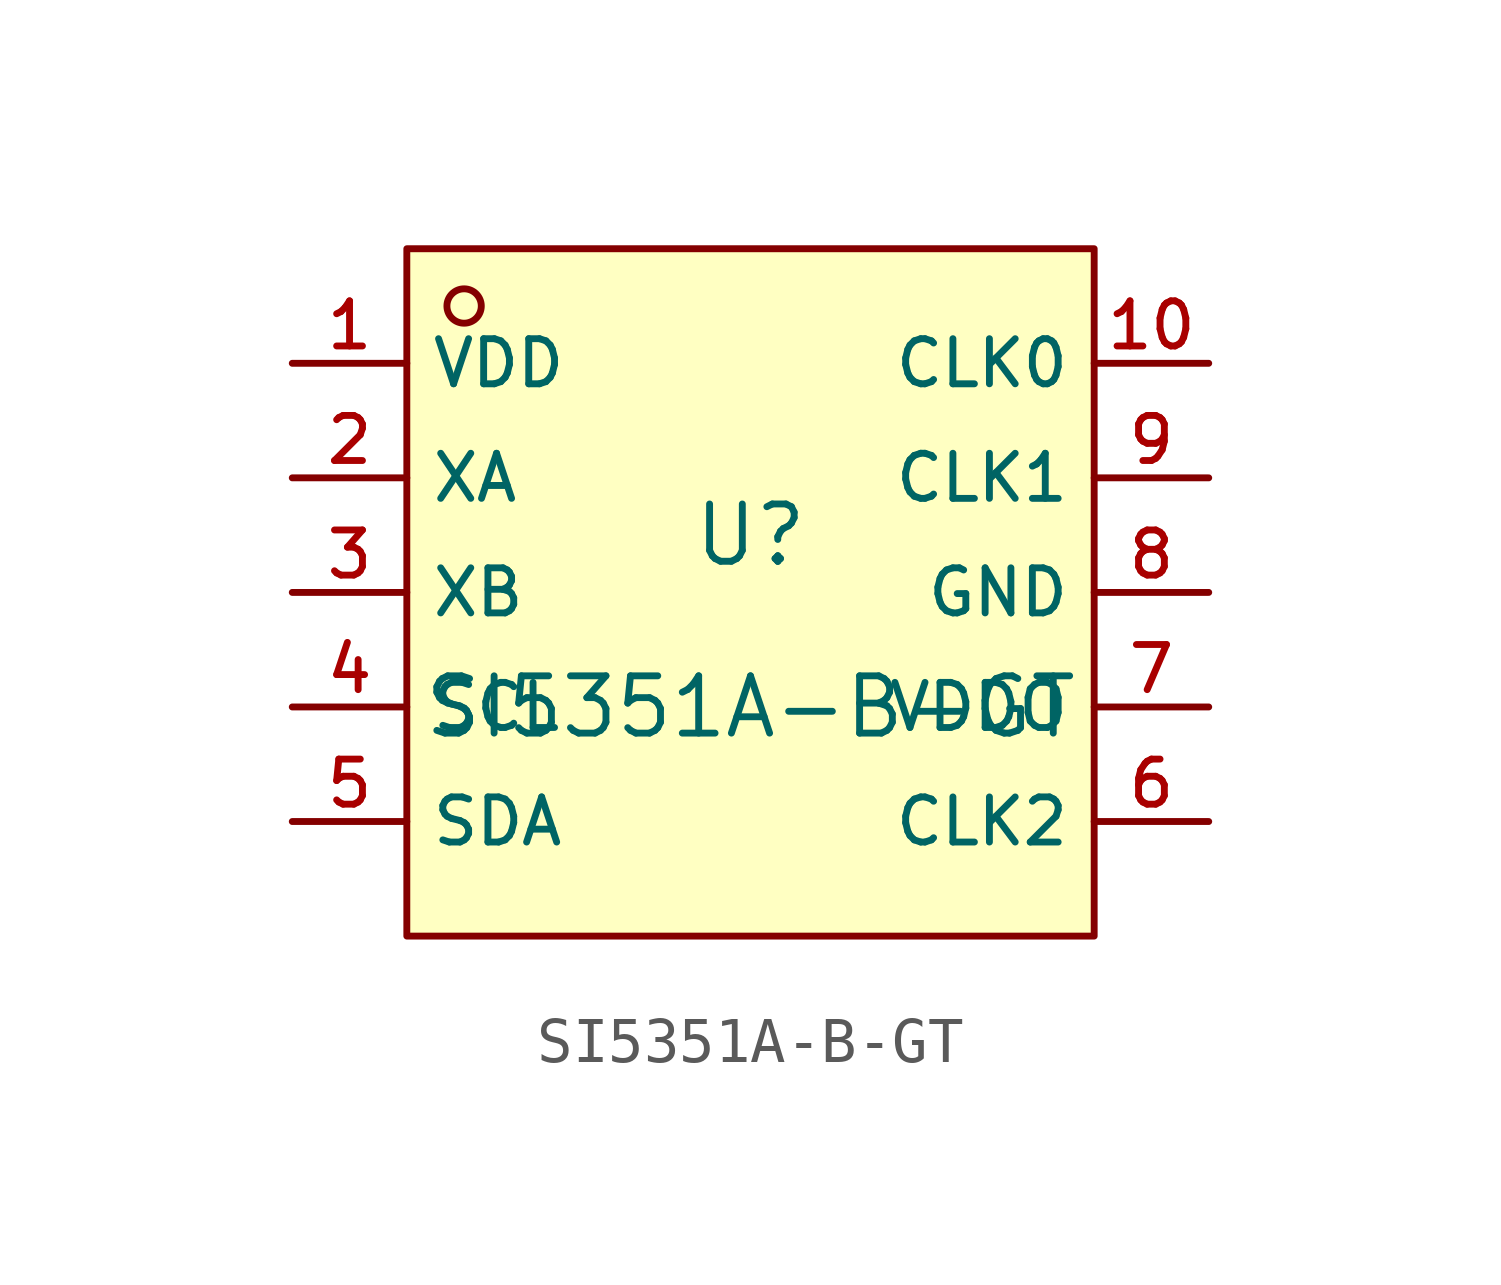
<source format=kicad_sym>
(kicad_symbol_lib
  (version 20210201)
  (generator TousstNicolas/JLC2KiCad_lib)
  (symbol "SI5351A-B-GT"
    (property "Reference" "U"
      (at 0 1.27 0)
      (effects (font (size 1.27 1.27))))
    (property "Value" "SI5351A-B-GT"
      (at 0 -2.54 0)
      (effects (font (size 1.27 1.27))))
    (symbol "SI5351A-B-GT_0_1"
      (rectangle (start -7.62 7.62) (end 7.62 -7.62) (stroke (width 0) (type default) (color 0 0 0 0)) (fill (type background)))
      (circle (center -6.35 6.35) (radius 0.381) (stroke (width 0) (type default) (color 0 0 0 0)) (fill (type background)))
      (pin unspecified line (at -10.16 5.08 0) (length 2.54) (name "VDD" (effects (font (size 1 1)))) (number "1" (effects (font (size 1 1)))))
      (pin unspecified line (at -10.16 2.54 0) (length 2.54) (name "XA" (effects (font (size 1 1)))) (number "2" (effects (font (size 1 1)))))
      (pin unspecified line (at -10.16 -0.0 0) (length 2.54) (name "XB" (effects (font (size 1 1)))) (number "3" (effects (font (size 1 1)))))
      (pin unspecified line (at -10.16 -2.54 0) (length 2.54) (name "SCL" (effects (font (size 1 1)))) (number "4" (effects (font (size 1 1)))))
      (pin unspecified line (at -10.16 -5.08 0) (length 2.54) (name "SDA" (effects (font (size 1 1)))) (number "5" (effects (font (size 1 1)))))
      (pin unspecified line (at 10.16 -5.08 180) (length 2.54) (name "CLK2" (effects (font (size 1 1)))) (number "6" (effects (font (size 1 1)))))
      (pin unspecified line (at 10.16 -2.54 180) (length 2.54) (name "VDDO" (effects (font (size 1 1)))) (number "7" (effects (font (size 1 1)))))
      (pin unspecified line (at 10.16 -0.0 180) (length 2.54) (name "GND" (effects (font (size 1 1)))) (number "8" (effects (font (size 1 1)))))
      (pin unspecified line (at 10.16 2.54 180) (length 2.54) (name "CLK1" (effects (font (size 1 1)))) (number "9" (effects (font (size 1 1)))))
      (pin unspecified line (at 10.16 5.08 180) (length 2.54) (name "CLK0" (effects (font (size 1 1)))) (number "10" (effects (font (size 1 1))))))))
</source>
